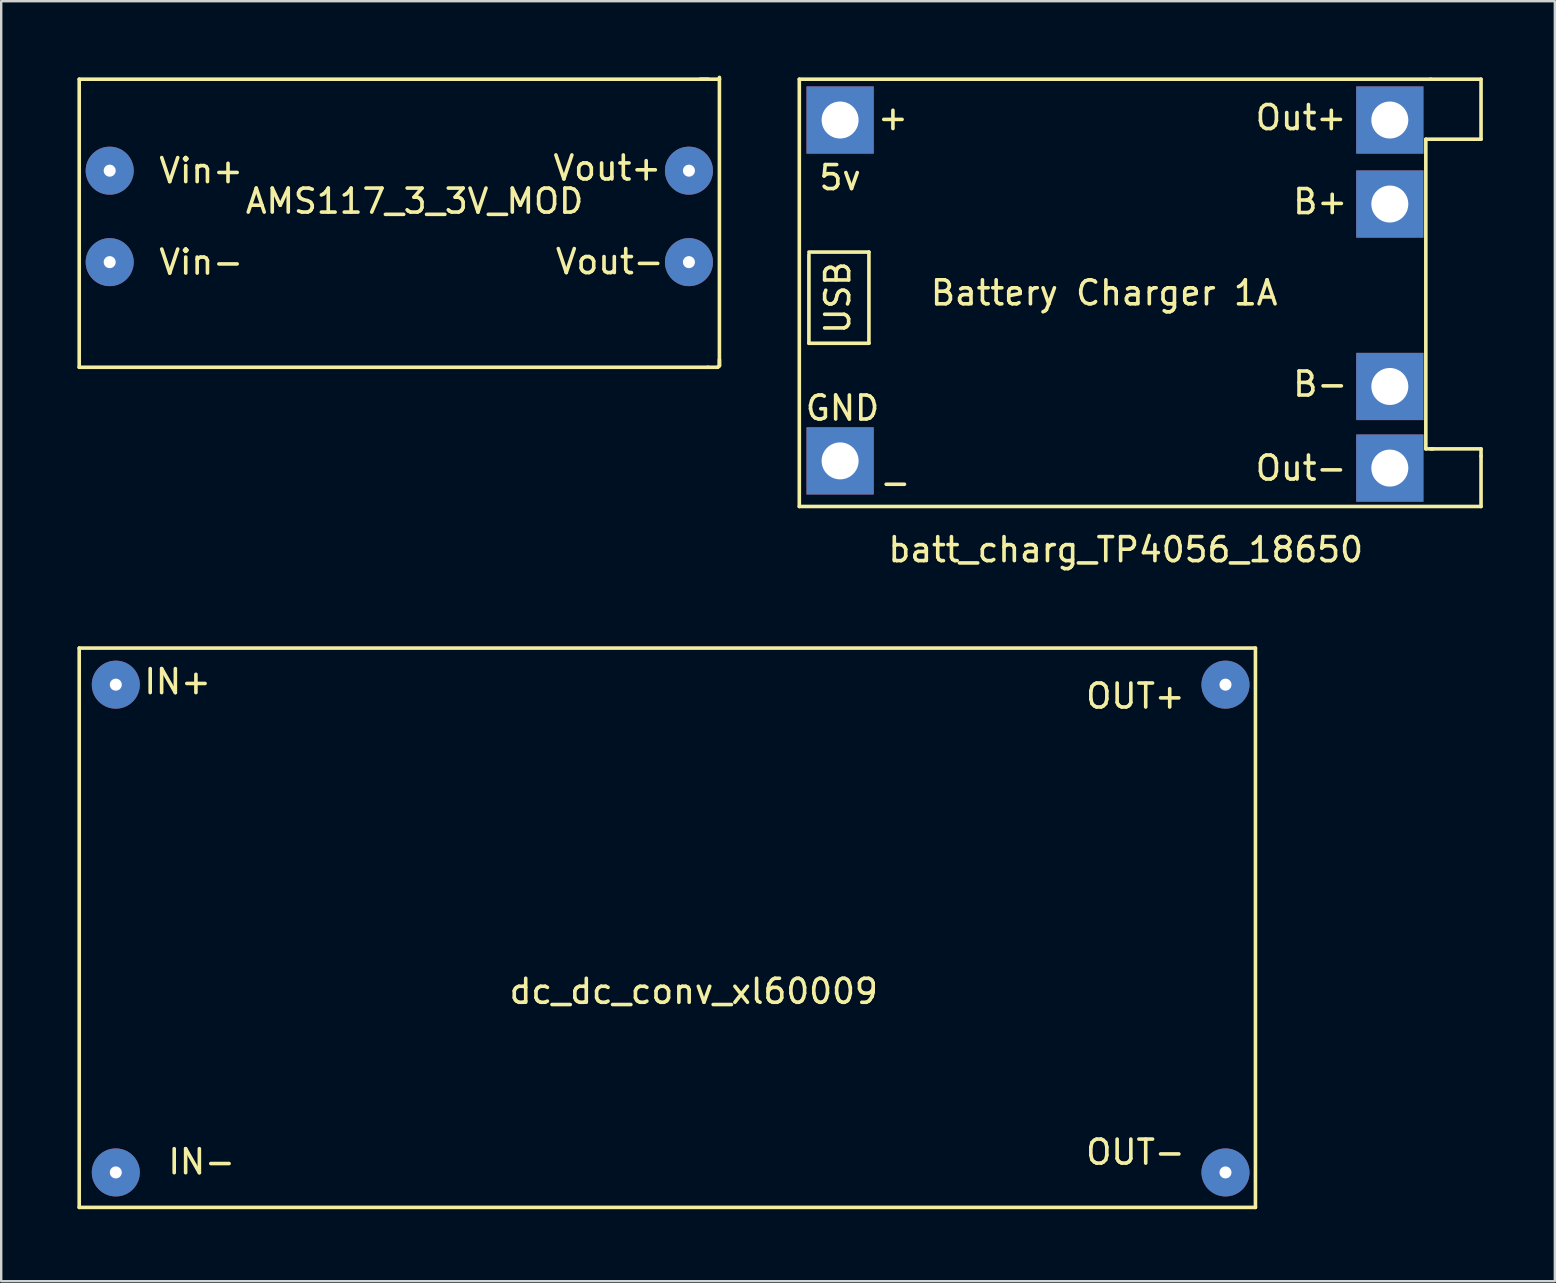
<source format=kicad_pcb>
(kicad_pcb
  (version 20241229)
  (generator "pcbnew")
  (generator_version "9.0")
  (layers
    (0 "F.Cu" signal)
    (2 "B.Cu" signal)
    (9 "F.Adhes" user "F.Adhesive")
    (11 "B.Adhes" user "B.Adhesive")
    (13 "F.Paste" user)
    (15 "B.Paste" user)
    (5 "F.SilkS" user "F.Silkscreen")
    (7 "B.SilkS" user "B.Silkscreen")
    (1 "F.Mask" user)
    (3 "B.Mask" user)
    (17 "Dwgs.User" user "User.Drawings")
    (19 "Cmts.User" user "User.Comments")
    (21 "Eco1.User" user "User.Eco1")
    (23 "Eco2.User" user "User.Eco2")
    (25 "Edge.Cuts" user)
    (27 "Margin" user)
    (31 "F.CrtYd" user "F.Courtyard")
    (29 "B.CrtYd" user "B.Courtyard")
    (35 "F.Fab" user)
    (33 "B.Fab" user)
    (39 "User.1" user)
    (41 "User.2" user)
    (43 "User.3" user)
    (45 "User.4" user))
  (footprint "batt_charg_TP4056_18650"
    (layer "F.Cu")
    (at 30.248 0.25)
    (property "Reference" "batt_charg_TP4056_18650" (at 13.6 19.6 0) (layer "F.SilkS") (effects (font (size 1 1) (thickness 0.15))))
    (attr through_hole)
    (fp_line (start 0 0) (end 26.3 0) (stroke (width 0.15) (type solid)) (layer "F.SilkS"))
    (fp_line (start 0 17.8) (end 0 0) (stroke (width 0.15) (type solid)) (layer "F.SilkS"))
    (fp_line (start 0.4 7.2) (end 2.9 7.2) (stroke (width 0.15) (type solid)) (layer "F.SilkS"))
    (fp_line (start 0.4 11) (end 0.4 7.3) (stroke (width 0.15) (type solid)) (layer "F.SilkS"))
    (fp_line (start 2.9 7.2) (end 2.9 11) (stroke (width 0.15) (type solid)) (layer "F.SilkS"))
    (fp_line (start 2.9 11) (end 0.4 11) (stroke (width 0.15) (type solid)) (layer "F.SilkS"))
    (fp_line (start 26.1 2.5) (end 26.1 15.4) (stroke (width 0.15) (type solid)) (layer "F.SilkS"))
    (fp_line (start 26.1 15.4) (end 26.4 15.4) (stroke (width 0.15) (type solid)) (layer "F.SilkS"))
    (fp_line (start 26.3 0) (end 28.4 0) (stroke (width 0.15) (type solid)) (layer "F.SilkS"))
    (fp_line (start 26.3 15.4) (end 28.4 15.4) (stroke (width 0.15) (type solid)) (layer "F.SilkS"))
    (fp_line (start 28.4 0) (end 28.4 2.5) (stroke (width 0.15) (type solid)) (layer "F.SilkS"))
    (fp_line (start 28.4 2.5) (end 26.1 2.5) (stroke (width 0.15) (type solid)) (layer "F.SilkS"))
    (fp_line (start 28.4 15.4) (end 28.4 15.7) (stroke (width 0.15) (type solid)) (layer "F.SilkS"))
    (fp_line (start 28.4 15.7) (end 28.4 17.8) (stroke (width 0.15) (type solid)) (layer "F.SilkS"))
    (fp_line (start 28.4 17.8) (end 0 17.8) (stroke (width 0.15) (type solid)) (layer "F.SilkS"))
    (fp_text user "+" (at 3.9 1.6 0) (layer "F.SilkS") (effects (font (size 1 1) (thickness 0.15))))
    (fp_text user "B-" (at 21.7 12.7 0) (layer "F.SilkS") (effects (font (size 1 1) (thickness 0.15))))
    (fp_text user "USB" (at 1.6 9.1 90) (layer "F.SilkS") (effects (font (size 1 1) (thickness 0.15))))
    (fp_text user "Out-" (at 20.9 16.2 0) (layer "F.SilkS") (effects (font (size 1 1) (thickness 0.15))))
    (fp_text user "Battery Charger 1A" (at 12.7 8.9 0) (layer "F.SilkS") (effects (font (size 1 1) (thickness 0.15))))
    (fp_text user "B+" (at 21.7 5.1 0) (layer "F.SilkS") (effects (font (size 1 1) (thickness 0.15))))
    (fp_text user "5v" (at 1.7 4.1 0) (layer "F.SilkS") (effects (font (size 1 1) (thickness 0.15))))
    (fp_text user "Out+" (at 20.9 1.6 0) (layer "F.SilkS") (effects (font (size 1 1) (thickness 0.15))))
    (fp_text user "GND" (at 1.8 13.7 0) (layer "F.SilkS") (effects (font (size 1 1) (thickness 0.15))))
    (fp_text user "-" (at 4 16.8 0) (layer "F.SilkS") (effects (font (size 1 1) (thickness 0.15))))
    (pad "" thru_hole rect (at 1.7 1.7) (size 2.8 2.8) (drill 1.54) (layers "*.Cu" "*.Mask"))
    (pad "" thru_hole rect (at 1.7 15.9) (size 2.8 2.8) (drill 1.54) (layers "*.Cu" "*.Mask"))
    (pad "1" thru_hole rect (at 24.6 5.2) (size 2.8 2.8) (drill 1.54) (layers "*.Cu" "*.Mask"))
    (pad "2" thru_hole rect (at 24.6 12.8) (size 2.8 2.8) (drill 1.54) (layers "*.Cu" "*.Mask"))
    (pad "3" thru_hole rect (at 24.6 1.7) (size 2.8 2.8) (drill 1.54) (layers "*.Cu" "*.Mask"))
    (pad "4" thru_hole rect (at 24.6 16.2) (size 2.8 2.8) (drill 1.54) (layers "*.Cu" "*.Mask")))
  (footprint "AMS117_3_3V_MOD"
    (layer "F.Cu")
    (at 0.25 0.25)
    (property "Reference" "AMS117_3_3V_MOD" (at 13.97 5.08 0) (layer "F.SilkS") (effects (font (size 1 1) (thickness 0.15))))
    (attr through_hole)
    (fp_line (start 0 0) (end 26.2 0) (stroke (width 0.15) (type solid)) (layer "F.SilkS"))
    (fp_line (start 0 12) (end 0 0) (stroke (width 0.15) (type solid)) (layer "F.SilkS"))
    (fp_line (start 25.873 0) (end 26.673 0) (stroke (width 0.15) (type solid)) (layer "F.SilkS"))
    (fp_line (start 26.2 12) (end 0 12) (stroke (width 0.15) (type solid)) (layer "F.SilkS"))
    (fp_line (start 26.2 12) (end 26.6 12) (stroke (width 0.15) (type solid)) (layer "F.SilkS"))
    (fp_line (start 26.6 12) (end 26.67 11.938) (stroke (width 0.15) (type solid)) (layer "F.SilkS"))
    (fp_line (start 26.67 -0.076) (end 26.67 11.924) (stroke (width 0.15) (type solid)) (layer "F.SilkS"))
    (fp_line (start 26.67 11.938) (end 26.67 11.684) (stroke (width 0.15) (type solid)) (layer "F.SilkS"))
    (fp_text user "Vout-" (at 22.1 7.6 0) (layer "F.SilkS") (effects (font (size 1 1) (thickness 0.15))))
    (fp_text user "Vout+" (at 22 3.7 0) (layer "F.SilkS") (effects (font (size 1 1) (thickness 0.15))))
    (fp_text user "Vin+" (at 5.08 3.81 0) (layer "F.SilkS") (effects (font (size 1 1) (thickness 0.15))))
    (fp_text user "Vin-" (at 5.08 7.62 0) (layer "F.SilkS") (effects (font (size 1 1) (thickness 0.15))))
    (pad "1" thru_hole circle (at 1.27 3.81) (size 2 2) (drill 0.5) (layers "*.Cu" "*.Mask"))
    (pad "2" thru_hole circle (at 1.27 7.62) (size 2 2) (drill 0.5) (layers "*.Cu" "*.Mask"))
    (pad "3" thru_hole circle (at 25.4 3.81) (size 2 2) (drill 0.5) (layers "*.Cu" "*.Mask"))
    (pad "4" thru_hole circle (at 25.4 7.62) (size 2 2) (drill 0.5) (layers "*.Cu" "*.Mask")))
  (footprint "dc_dc_conv_xl60009"
    (layer "F.Cu")
    (at 0.25 23.948)
    (property "Reference" "dc_dc_conv_xl60009" (at 25.6 14.3 0) (layer "F.SilkS") (effects (font (size 1 1) (thickness 0.15))))
    (attr through_hole)
    (fp_line (start 0 0) (end 49 0) (stroke (width 0.15) (type solid)) (layer "F.SilkS"))
    (fp_line (start 0 23.3) (end 0 0) (stroke (width 0.15) (type solid)) (layer "F.SilkS"))
    (fp_line (start 49 0) (end 49 23.3) (stroke (width 0.15) (type solid)) (layer "F.SilkS"))
    (fp_line (start 49 23.3) (end 0 23.3) (stroke (width 0.15) (type solid)) (layer "F.SilkS"))
    (fp_text user "OUT+" (at 44 2 0) (layer "F.SilkS") (effects (font (size 1 1) (thickness 0.15))))
    (fp_text user "IN+" (at 4.1 1.4 0) (layer "F.SilkS") (effects (font (size 1 1) (thickness 0.15))))
    (fp_text user "IN-" (at 5.1 21.4 0) (layer "F.SilkS") (effects (font (size 1 1) (thickness 0.15))))
    (fp_text user "OUT-" (at 44 21 0) (layer "F.SilkS") (effects (font (size 1 1) (thickness 0.15))))
    (pad "1" thru_hole circle (at 1.524 1.524) (size 2 2) (drill 0.5) (layers "*.Cu" "*.Mask"))
    (pad "2" thru_hole circle (at 1.524 21.844) (size 2 2) (drill 0.5) (layers "*.Cu" "*.Mask"))
    (pad "3" thru_hole circle (at 47.752 1.524) (size 2 2) (drill 0.5) (layers "*.Cu" "*.Mask"))
    (pad "4" thru_hole circle (at 47.752 21.844) (size 2 2) (drill 0.5) (layers "*.Cu" "*.Mask")))
  (gr_rect
    (start -3 -3)
    (end 61.723 50.323)
    (stroke (width 0.1) (type default))
    (fill no)
    (layer "Edge.Cuts")))
</source>
